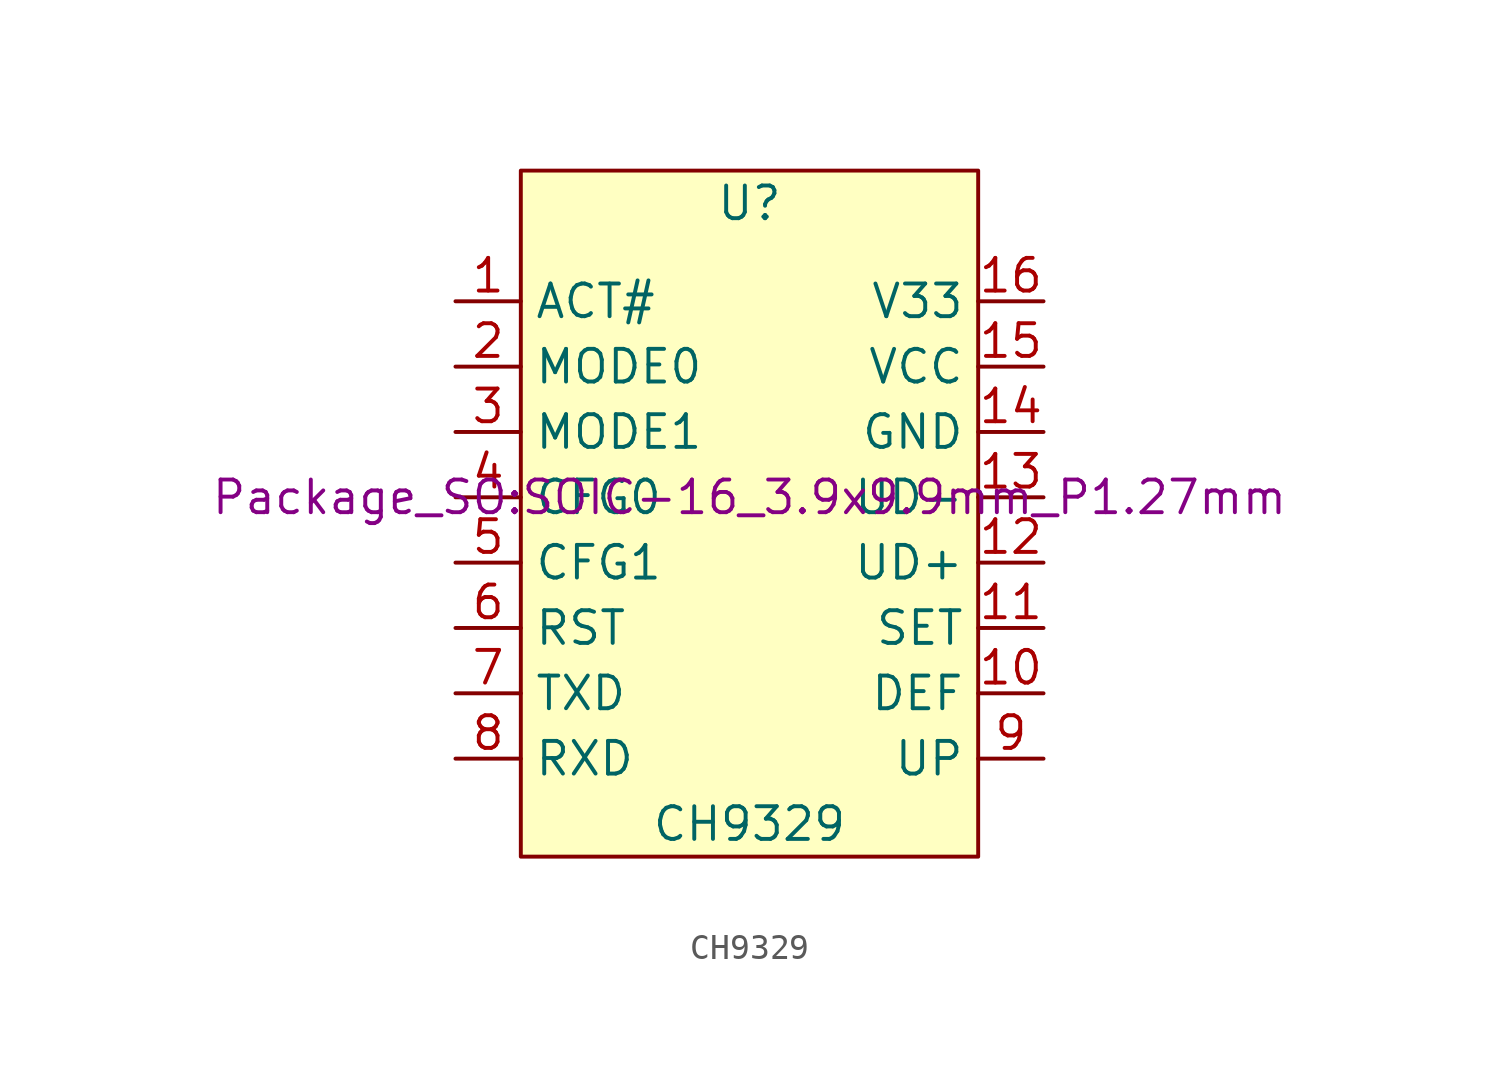
<source format=kicad_sym>
(kicad_symbol_lib
  (version 20211014)
  (generator kicad_symbol_editor)
  (symbol "CH9329"
    (property "Reference" "U"
      (at 0 11.43 0)
      (effects (font (size 1.27 1.27))))
    (property "Value" "CH9329"
      (at 0 -12.7 0)
      (effects (font (size 1.27 1.27))))
    (property "Footprint" "Package_SO:SOIC-16_3.9x9.9mm_P1.27mm"
      (at 0 0 0)
      (effects (font (size 1.27 1.27))))
    (symbol "CH9329_0_1"
      (rectangle (start -8.89 12.7) (end 8.89 -13.97) (stroke (width 0) (type default) (color 0 0 0 0)) (fill (type background))))
    (symbol "CH9329_1_1"
      (pin output line (at -11.43 7.62 0) (length 2.54) (name "ACT#" (effects (font (size 1.27 1.27)))) (number "1" (effects (font (size 1.27 1.27)))))
      (pin output line (at 11.43 -7.62 180) (length 2.54) (name "DEF" (effects (font (size 1.27 1.27)))) (number "10" (effects (font (size 1.27 1.27)))))
      (pin input line (at 11.43 -5.08 180) (length 2.54) (name "SET" (effects (font (size 1.27 1.27)))) (number "11" (effects (font (size 1.27 1.27)))))
      (pin output line (at 11.43 -2.54 180) (length 2.54) (name "UD+" (effects (font (size 1.27 1.27)))) (number "12" (effects (font (size 1.27 1.27)))))
      (pin input line (at 11.43 0 180) (length 2.54) (name "UD-" (effects (font (size 1.27 1.27)))) (number "13" (effects (font (size 1.27 1.27)))))
      (pin power_in line (at 11.43 2.54 180) (length 2.54) (name "GND" (effects (font (size 1.27 1.27)))) (number "14" (effects (font (size 1.27 1.27)))))
      (pin power_in line (at 11.43 5.08 180) (length 2.54) (name "VCC" (effects (font (size 1.27 1.27)))) (number "15" (effects (font (size 1.27 1.27)))))
      (pin power_in line (at 11.43 7.62 180) (length 2.54) (name "V33" (effects (font (size 1.27 1.27)))) (number "16" (effects (font (size 1.27 1.27)))))
      (pin output line (at -11.43 5.08 0) (length 2.54) (name "MODE0" (effects (font (size 1.27 1.27)))) (number "2" (effects (font (size 1.27 1.27)))))
      (pin output line (at -11.43 2.54 0) (length 2.54) (name "MODE1" (effects (font (size 1.27 1.27)))) (number "3" (effects (font (size 1.27 1.27)))))
      (pin output line (at -11.43 0 0) (length 2.54) (name "CFG0" (effects (font (size 1.27 1.27)))) (number "4" (effects (font (size 1.27 1.27)))))
      (pin output line (at -11.43 -2.54 0) (length 2.54) (name "CFG1" (effects (font (size 1.27 1.27)))) (number "5" (effects (font (size 1.27 1.27)))))
      (pin input line (at -11.43 -5.08 0) (length 2.54) (name "RST" (effects (font (size 1.27 1.27)))) (number "6" (effects (font (size 1.27 1.27)))))
      (pin output line (at -11.43 -7.62 0) (length 2.54) (name "TXD" (effects (font (size 1.27 1.27)))) (number "7" (effects (font (size 1.27 1.27)))))
      (pin input line (at -11.43 -10.16 0) (length 2.54) (name "RXD" (effects (font (size 1.27 1.27)))) (number "8" (effects (font (size 1.27 1.27)))))
      (pin output line (at 11.43 -10.16 180) (length 2.54) (name "UP" (effects (font (size 1.27 1.27)))) (number "9" (effects (font (size 1.27 1.27))))))))
</source>
